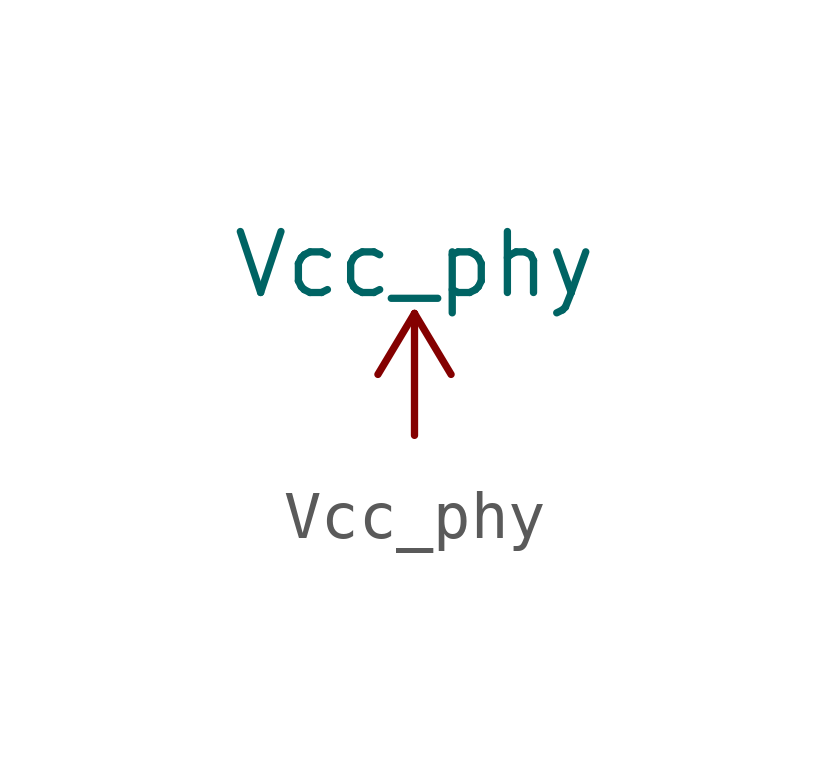
<source format=kicad_sym>
(kicad_symbol_lib
  (version 20211014)
  (generator kicad_symbol_editor)
  (symbol "Vcc_phy"
    (power)
    (pin_names
      (offset 0))
    (property "Reference" "#PWR"
      (at 0 -3.81 0)
      (effects (font (size 1.27 1.27)) hide))
    (property "Value" "Vcc_phy"
      (at 0 3.556 0)
      (effects (font (size 1.27 1.27))))
    (symbol "Vcc_phy_0_1"
      (polyline (pts (xy -0.762 1.27) (xy 0 2.54)) (stroke (width 0) (type default) (color 0 0 0 0)) (fill (type none)))
      (polyline (pts (xy 0 0) (xy 0 2.54)) (stroke (width 0) (type default) (color 0 0 0 0)) (fill (type none)))
      (polyline (pts (xy 0 2.54) (xy 0.762 1.27)) (stroke (width 0) (type default) (color 0 0 0 0)) (fill (type none))))
    (symbol "Vcc_phy_1_1"
      (pin power_in line (at 0 0 90) (length 0) hide (name "+1V8" (effects (font (size 1.27 1.27)))) (number "1" (effects (font (size 1.27 1.27))))))))
</source>
